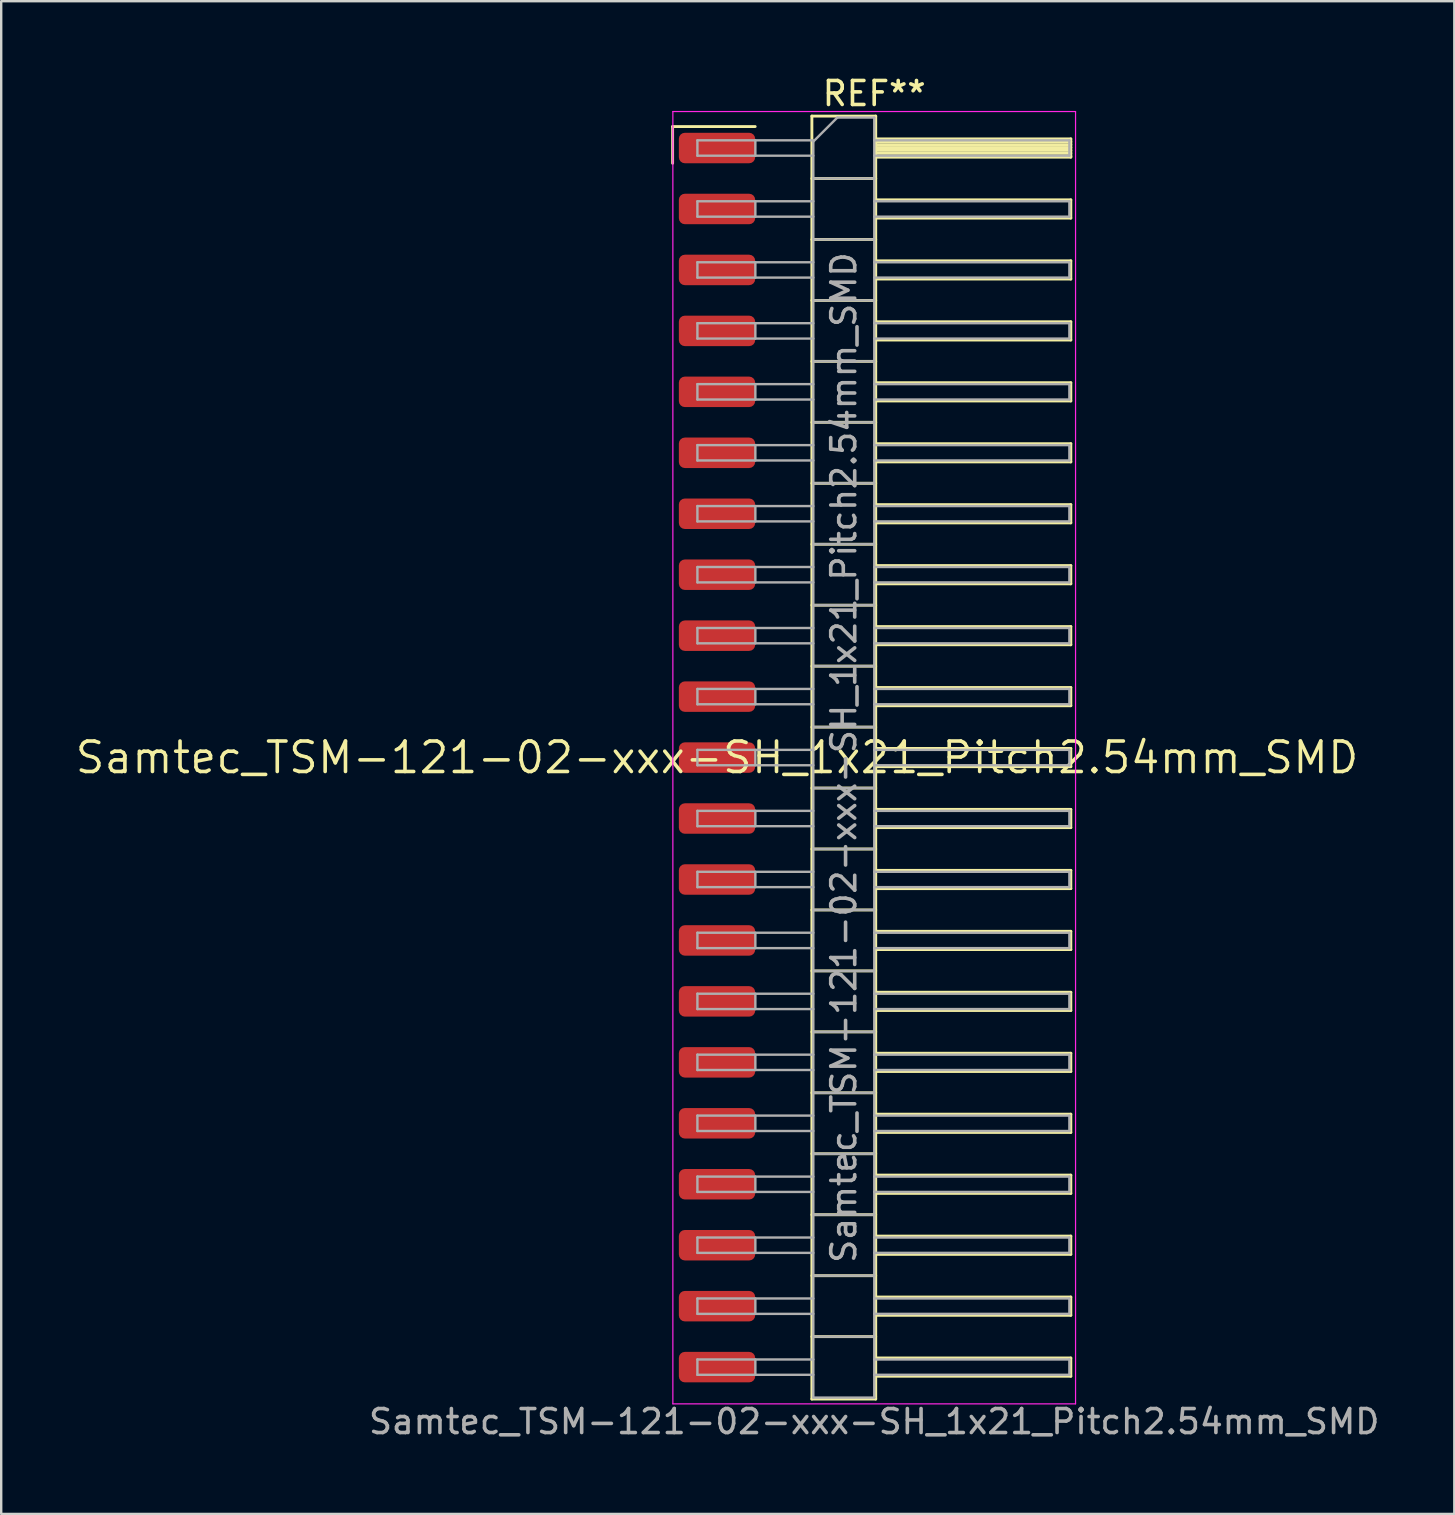
<source format=kicad_pcb>
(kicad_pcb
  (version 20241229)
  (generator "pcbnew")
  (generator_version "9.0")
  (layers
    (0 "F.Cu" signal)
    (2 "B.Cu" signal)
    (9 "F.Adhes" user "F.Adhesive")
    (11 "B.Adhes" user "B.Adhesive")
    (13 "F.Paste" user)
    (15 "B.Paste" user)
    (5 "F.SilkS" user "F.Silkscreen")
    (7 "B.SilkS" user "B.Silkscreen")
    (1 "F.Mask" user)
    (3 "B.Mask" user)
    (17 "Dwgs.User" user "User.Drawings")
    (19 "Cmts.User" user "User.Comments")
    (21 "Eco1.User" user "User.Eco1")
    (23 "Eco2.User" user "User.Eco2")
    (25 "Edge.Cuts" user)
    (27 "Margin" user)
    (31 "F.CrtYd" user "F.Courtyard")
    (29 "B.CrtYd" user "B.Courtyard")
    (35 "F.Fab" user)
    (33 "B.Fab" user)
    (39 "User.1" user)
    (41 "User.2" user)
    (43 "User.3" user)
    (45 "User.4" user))
  (footprint "Samtec_TSM-121-02-xxx-SH_1x21_Pitch2.54mm_SMD"
    (layer "F.Cu")
    (at 26.828 28.518)
    (property "Reference" "Samtec_TSM-121-02-xxx-SH_1x21_Pitch2.54mm_SMD" (at 0 0 0) (layer "F.SilkS") (effects (font (size 1.27 1.27) (thickness 0.15))))
    (attr smd)
    (fp_line (start -1.85 -26.295) (end 1.59 -26.295) (stroke (width 0.12) (type solid)) (layer "F.SilkS"))
    (fp_line (start -1.85 -24.765) (end -1.85 -26.295) (stroke (width 0.12) (type solid)) (layer "F.SilkS"))
    (fp_line (start 3.953 -26.73) (end 6.613 -26.73) (stroke (width 0.12) (type solid)) (layer "F.SilkS"))
    (fp_line (start 3.953 -24.13) (end 6.613 -24.13) (stroke (width 0.12) (type solid)) (layer "F.SilkS"))
    (fp_line (start 3.953 -21.59) (end 6.613 -21.59) (stroke (width 0.12) (type solid)) (layer "F.SilkS"))
    (fp_line (start 3.953 -19.05) (end 6.613 -19.05) (stroke (width 0.12) (type solid)) (layer "F.SilkS"))
    (fp_line (start 3.953 -16.51) (end 6.613 -16.51) (stroke (width 0.12) (type solid)) (layer "F.SilkS"))
    (fp_line (start 3.953 -13.97) (end 6.613 -13.97) (stroke (width 0.12) (type solid)) (layer "F.SilkS"))
    (fp_line (start 3.953 -11.43) (end 6.613 -11.43) (stroke (width 0.12) (type solid)) (layer "F.SilkS"))
    (fp_line (start 3.953 -8.89) (end 6.613 -8.89) (stroke (width 0.12) (type solid)) (layer "F.SilkS"))
    (fp_line (start 3.953 -6.35) (end 6.613 -6.35) (stroke (width 0.12) (type solid)) (layer "F.SilkS"))
    (fp_line (start 3.953 -3.81) (end 6.613 -3.81) (stroke (width 0.12) (type solid)) (layer "F.SilkS"))
    (fp_line (start 3.953 -1.27) (end 6.613 -1.27) (stroke (width 0.12) (type solid)) (layer "F.SilkS"))
    (fp_line (start 3.953 1.27) (end 6.613 1.27) (stroke (width 0.12) (type solid)) (layer "F.SilkS"))
    (fp_line (start 3.953 3.81) (end 6.613 3.81) (stroke (width 0.12) (type solid)) (layer "F.SilkS"))
    (fp_line (start 3.953 6.35) (end 6.613 6.35) (stroke (width 0.12) (type solid)) (layer "F.SilkS"))
    (fp_line (start 3.953 8.89) (end 6.613 8.89) (stroke (width 0.12) (type solid)) (layer "F.SilkS"))
    (fp_line (start 3.953 11.43) (end 6.613 11.43) (stroke (width 0.12) (type solid)) (layer "F.SilkS"))
    (fp_line (start 3.953 13.97) (end 6.613 13.97) (stroke (width 0.12) (type solid)) (layer "F.SilkS"))
    (fp_line (start 3.953 16.51) (end 6.613 16.51) (stroke (width 0.12) (type solid)) (layer "F.SilkS"))
    (fp_line (start 3.953 19.05) (end 6.613 19.05) (stroke (width 0.12) (type solid)) (layer "F.SilkS"))
    (fp_line (start 3.953 21.59) (end 6.613 21.59) (stroke (width 0.12) (type solid)) (layer "F.SilkS"))
    (fp_line (start 3.953 24.13) (end 6.613 24.13) (stroke (width 0.12) (type solid)) (layer "F.SilkS"))
    (fp_line (start 3.953 26.73) (end 3.953 -26.73) (stroke (width 0.12) (type solid)) (layer "F.SilkS"))
    (fp_line (start 6.613 -26.73) (end 6.613 26.73) (stroke (width 0.12) (type solid)) (layer "F.SilkS"))
    (fp_line (start 6.613 -25.78) (end 14.743 -25.78) (stroke (width 0.12) (type solid)) (layer "F.SilkS"))
    (fp_line (start 6.613 -25.66) (end 14.743 -25.66) (stroke (width 0.12) (type solid)) (layer "F.SilkS"))
    (fp_line (start 6.613 -25.54) (end 14.743 -25.54) (stroke (width 0.12) (type solid)) (layer "F.SilkS"))
    (fp_line (start 6.613 -25.42) (end 14.743 -25.42) (stroke (width 0.12) (type solid)) (layer "F.SilkS"))
    (fp_line (start 6.613 -25.3) (end 14.743 -25.3) (stroke (width 0.12) (type solid)) (layer "F.SilkS"))
    (fp_line (start 6.613 -25.18) (end 14.743 -25.18) (stroke (width 0.12) (type solid)) (layer "F.SilkS"))
    (fp_line (start 6.613 -25.06) (end 14.743 -25.06) (stroke (width 0.12) (type solid)) (layer "F.SilkS"))
    (fp_line (start 6.613 -25.02) (end 14.743 -25.02) (stroke (width 0.12) (type solid)) (layer "F.SilkS"))
    (fp_line (start 6.613 -23.24) (end 14.743 -23.24) (stroke (width 0.12) (type solid)) (layer "F.SilkS"))
    (fp_line (start 6.613 -22.48) (end 14.743 -22.48) (stroke (width 0.12) (type solid)) (layer "F.SilkS"))
    (fp_line (start 6.613 -20.7) (end 14.743 -20.7) (stroke (width 0.12) (type solid)) (layer "F.SilkS"))
    (fp_line (start 6.613 -19.94) (end 14.743 -19.94) (stroke (width 0.12) (type solid)) (layer "F.SilkS"))
    (fp_line (start 6.613 -18.16) (end 14.743 -18.16) (stroke (width 0.12) (type solid)) (layer "F.SilkS"))
    (fp_line (start 6.613 -17.4) (end 14.743 -17.4) (stroke (width 0.12) (type solid)) (layer "F.SilkS"))
    (fp_line (start 6.613 -15.62) (end 14.743 -15.62) (stroke (width 0.12) (type solid)) (layer "F.SilkS"))
    (fp_line (start 6.613 -14.86) (end 14.743 -14.86) (stroke (width 0.12) (type solid)) (layer "F.SilkS"))
    (fp_line (start 6.613 -13.08) (end 14.743 -13.08) (stroke (width 0.12) (type solid)) (layer "F.SilkS"))
    (fp_line (start 6.613 -12.32) (end 14.743 -12.32) (stroke (width 0.12) (type solid)) (layer "F.SilkS"))
    (fp_line (start 6.613 -10.54) (end 14.743 -10.54) (stroke (width 0.12) (type solid)) (layer "F.SilkS"))
    (fp_line (start 6.613 -9.78) (end 14.743 -9.78) (stroke (width 0.12) (type solid)) (layer "F.SilkS"))
    (fp_line (start 6.613 -8) (end 14.743 -8) (stroke (width 0.12) (type solid)) (layer "F.SilkS"))
    (fp_line (start 6.613 -7.24) (end 14.743 -7.24) (stroke (width 0.12) (type solid)) (layer "F.SilkS"))
    (fp_line (start 6.613 -5.46) (end 14.743 -5.46) (stroke (width 0.12) (type solid)) (layer "F.SilkS"))
    (fp_line (start 6.613 -4.7) (end 14.743 -4.7) (stroke (width 0.12) (type solid)) (layer "F.SilkS"))
    (fp_line (start 6.613 -2.92) (end 14.743 -2.92) (stroke (width 0.12) (type solid)) (layer "F.SilkS"))
    (fp_line (start 6.613 -2.16) (end 14.743 -2.16) (stroke (width 0.12) (type solid)) (layer "F.SilkS"))
    (fp_line (start 6.613 -0.38) (end 14.743 -0.38) (stroke (width 0.12) (type solid)) (layer "F.SilkS"))
    (fp_line (start 6.613 0.38) (end 14.743 0.38) (stroke (width 0.12) (type solid)) (layer "F.SilkS"))
    (fp_line (start 6.613 2.16) (end 14.743 2.16) (stroke (width 0.12) (type solid)) (layer "F.SilkS"))
    (fp_line (start 6.613 2.92) (end 14.743 2.92) (stroke (width 0.12) (type solid)) (layer "F.SilkS"))
    (fp_line (start 6.613 4.7) (end 14.743 4.7) (stroke (width 0.12) (type solid)) (layer "F.SilkS"))
    (fp_line (start 6.613 5.46) (end 14.743 5.46) (stroke (width 0.12) (type solid)) (layer "F.SilkS"))
    (fp_line (start 6.613 7.24) (end 14.743 7.24) (stroke (width 0.12) (type solid)) (layer "F.SilkS"))
    (fp_line (start 6.613 8) (end 14.743 8) (stroke (width 0.12) (type solid)) (layer "F.SilkS"))
    (fp_line (start 6.613 9.78) (end 14.743 9.78) (stroke (width 0.12) (type solid)) (layer "F.SilkS"))
    (fp_line (start 6.613 10.54) (end 14.743 10.54) (stroke (width 0.12) (type solid)) (layer "F.SilkS"))
    (fp_line (start 6.613 12.32) (end 14.743 12.32) (stroke (width 0.12) (type solid)) (layer "F.SilkS"))
    (fp_line (start 6.613 13.08) (end 14.743 13.08) (stroke (width 0.12) (type solid)) (layer "F.SilkS"))
    (fp_line (start 6.613 14.86) (end 14.743 14.86) (stroke (width 0.12) (type solid)) (layer "F.SilkS"))
    (fp_line (start 6.613 15.62) (end 14.743 15.62) (stroke (width 0.12) (type solid)) (layer "F.SilkS"))
    (fp_line (start 6.613 17.4) (end 14.743 17.4) (stroke (width 0.12) (type solid)) (layer "F.SilkS"))
    (fp_line (start 6.613 18.16) (end 14.743 18.16) (stroke (width 0.12) (type solid)) (layer "F.SilkS"))
    (fp_line (start 6.613 19.94) (end 14.743 19.94) (stroke (width 0.12) (type solid)) (layer "F.SilkS"))
    (fp_line (start 6.613 20.7) (end 14.743 20.7) (stroke (width 0.12) (type solid)) (layer "F.SilkS"))
    (fp_line (start 6.613 22.48) (end 14.743 22.48) (stroke (width 0.12) (type solid)) (layer "F.SilkS"))
    (fp_line (start 6.613 23.24) (end 14.743 23.24) (stroke (width 0.12) (type solid)) (layer "F.SilkS"))
    (fp_line (start 6.613 25.02) (end 14.743 25.02) (stroke (width 0.12) (type solid)) (layer "F.SilkS"))
    (fp_line (start 6.613 25.78) (end 14.743 25.78) (stroke (width 0.12) (type solid)) (layer "F.SilkS"))
    (fp_line (start 6.613 26.73) (end 3.953 26.73) (stroke (width 0.12) (type solid)) (layer "F.SilkS"))
    (fp_line (start 14.743 -25.78) (end 14.743 -25.02) (stroke (width 0.12) (type solid)) (layer "F.SilkS"))
    (fp_line (start 14.743 -23.24) (end 14.743 -22.48) (stroke (width 0.12) (type solid)) (layer "F.SilkS"))
    (fp_line (start 14.743 -20.7) (end 14.743 -19.94) (stroke (width 0.12) (type solid)) (layer "F.SilkS"))
    (fp_line (start 14.743 -18.16) (end 14.743 -17.4) (stroke (width 0.12) (type solid)) (layer "F.SilkS"))
    (fp_line (start 14.743 -15.62) (end 14.743 -14.86) (stroke (width 0.12) (type solid)) (layer "F.SilkS"))
    (fp_line (start 14.743 -13.08) (end 14.743 -12.32) (stroke (width 0.12) (type solid)) (layer "F.SilkS"))
    (fp_line (start 14.743 -10.54) (end 14.743 -9.78) (stroke (width 0.12) (type solid)) (layer "F.SilkS"))
    (fp_line (start 14.743 -8) (end 14.743 -7.24) (stroke (width 0.12) (type solid)) (layer "F.SilkS"))
    (fp_line (start 14.743 -5.46) (end 14.743 -4.7) (stroke (width 0.12) (type solid)) (layer "F.SilkS"))
    (fp_line (start 14.743 -2.92) (end 14.743 -2.16) (stroke (width 0.12) (type solid)) (layer "F.SilkS"))
    (fp_line (start 14.743 -0.38) (end 14.743 0.38) (stroke (width 0.12) (type solid)) (layer "F.SilkS"))
    (fp_line (start 14.743 2.16) (end 14.743 2.92) (stroke (width 0.12) (type solid)) (layer "F.SilkS"))
    (fp_line (start 14.743 4.7) (end 14.743 5.46) (stroke (width 0.12) (type solid)) (layer "F.SilkS"))
    (fp_line (start 14.743 7.24) (end 14.743 8) (stroke (width 0.12) (type solid)) (layer "F.SilkS"))
    (fp_line (start 14.743 9.78) (end 14.743 10.54) (stroke (width 0.12) (type solid)) (layer "F.SilkS"))
    (fp_line (start 14.743 12.32) (end 14.743 13.08) (stroke (width 0.12) (type solid)) (layer "F.SilkS"))
    (fp_line (start 14.743 14.86) (end 14.743 15.62) (stroke (width 0.12) (type solid)) (layer "F.SilkS"))
    (fp_line (start 14.743 17.4) (end 14.743 18.16) (stroke (width 0.12) (type solid)) (layer "F.SilkS"))
    (fp_line (start 14.743 19.94) (end 14.743 20.7) (stroke (width 0.12) (type solid)) (layer "F.SilkS"))
    (fp_line (start 14.743 22.48) (end 14.743 23.24) (stroke (width 0.12) (type solid)) (layer "F.SilkS"))
    (fp_line (start 14.743 25.02) (end 14.743 25.78) (stroke (width 0.12) (type solid)) (layer "F.SilkS"))
    (fp_line (start -1.84 -26.92) (end 14.94 -26.92) (stroke (width 0.05) (type solid)) (layer "F.CrtYd"))
    (fp_line (start -1.84 26.93) (end -1.84 -26.92) (stroke (width 0.05) (type solid)) (layer "F.CrtYd"))
    (fp_line (start 14.94 -26.92) (end 14.94 26.93) (stroke (width 0.05) (type solid)) (layer "F.CrtYd"))
    (fp_line (start 14.94 26.93) (end -1.84 26.93) (stroke (width 0.05) (type solid)) (layer "F.CrtYd"))
    (fp_line (start -0.817 -25.72) (end -0.817 -25.08) (stroke (width 0.1) (type solid)) (layer "F.Fab"))
    (fp_line (start -0.817 -25.72) (end 4.013 -25.72) (stroke (width 0.1) (type solid)) (layer "F.Fab"))
    (fp_line (start -0.817 -25.08) (end 4.013 -25.08) (stroke (width 0.1) (type solid)) (layer "F.Fab"))
    (fp_line (start -0.817 -23.18) (end -0.817 -22.54) (stroke (width 0.1) (type solid)) (layer "F.Fab"))
    (fp_line (start -0.817 -23.18) (end 4.013 -23.18) (stroke (width 0.1) (type solid)) (layer "F.Fab"))
    (fp_line (start -0.817 -22.54) (end 4.013 -22.54) (stroke (width 0.1) (type solid)) (layer "F.Fab"))
    (fp_line (start -0.817 -20.64) (end -0.817 -20) (stroke (width 0.1) (type solid)) (layer "F.Fab"))
    (fp_line (start -0.817 -20.64) (end 4.013 -20.64) (stroke (width 0.1) (type solid)) (layer "F.Fab"))
    (fp_line (start -0.817 -20) (end 4.013 -20) (stroke (width 0.1) (type solid)) (layer "F.Fab"))
    (fp_line (start -0.817 -18.1) (end -0.817 -17.46) (stroke (width 0.1) (type solid)) (layer "F.Fab"))
    (fp_line (start -0.817 -18.1) (end 4.013 -18.1) (stroke (width 0.1) (type solid)) (layer "F.Fab"))
    (fp_line (start -0.817 -17.46) (end 4.013 -17.46) (stroke (width 0.1) (type solid)) (layer "F.Fab"))
    (fp_line (start -0.817 -15.56) (end -0.817 -14.92) (stroke (width 0.1) (type solid)) (layer "F.Fab"))
    (fp_line (start -0.817 -15.56) (end 4.013 -15.56) (stroke (width 0.1) (type solid)) (layer "F.Fab"))
    (fp_line (start -0.817 -14.92) (end 4.013 -14.92) (stroke (width 0.1) (type solid)) (layer "F.Fab"))
    (fp_line (start -0.817 -13.02) (end -0.817 -12.38) (stroke (width 0.1) (type solid)) (layer "F.Fab"))
    (fp_line (start -0.817 -13.02) (end 4.013 -13.02) (stroke (width 0.1) (type solid)) (layer "F.Fab"))
    (fp_line (start -0.817 -12.38) (end 4.013 -12.38) (stroke (width 0.1) (type solid)) (layer "F.Fab"))
    (fp_line (start -0.817 -10.48) (end -0.817 -9.84) (stroke (width 0.1) (type solid)) (layer "F.Fab"))
    (fp_line (start -0.817 -10.48) (end 4.013 -10.48) (stroke (width 0.1) (type solid)) (layer "F.Fab"))
    (fp_line (start -0.817 -9.84) (end 4.013 -9.84) (stroke (width 0.1) (type solid)) (layer "F.Fab"))
    (fp_line (start -0.817 -7.94) (end -0.817 -7.3) (stroke (width 0.1) (type solid)) (layer "F.Fab"))
    (fp_line (start -0.817 -7.94) (end 4.013 -7.94) (stroke (width 0.1) (type solid)) (layer "F.Fab"))
    (fp_line (start -0.817 -7.3) (end 4.013 -7.3) (stroke (width 0.1) (type solid)) (layer "F.Fab"))
    (fp_line (start -0.817 -5.4) (end -0.817 -4.76) (stroke (width 0.1) (type solid)) (layer "F.Fab"))
    (fp_line (start -0.817 -5.4) (end 4.013 -5.4) (stroke (width 0.1) (type solid)) (layer "F.Fab"))
    (fp_line (start -0.817 -4.76) (end 4.013 -4.76) (stroke (width 0.1) (type solid)) (layer "F.Fab"))
    (fp_line (start -0.817 -2.86) (end -0.817 -2.22) (stroke (width 0.1) (type solid)) (layer "F.Fab"))
    (fp_line (start -0.817 -2.86) (end 4.013 -2.86) (stroke (width 0.1) (type solid)) (layer "F.Fab"))
    (fp_line (start -0.817 -2.22) (end 4.013 -2.22) (stroke (width 0.1) (type solid)) (layer "F.Fab"))
    (fp_line (start -0.817 -0.32) (end -0.817 0.32) (stroke (width 0.1) (type solid)) (layer "F.Fab"))
    (fp_line (start -0.817 -0.32) (end 4.013 -0.32) (stroke (width 0.1) (type solid)) (layer "F.Fab"))
    (fp_line (start -0.817 0.32) (end 4.013 0.32) (stroke (width 0.1) (type solid)) (layer "F.Fab"))
    (fp_line (start -0.817 2.22) (end -0.817 2.86) (stroke (width 0.1) (type solid)) (layer "F.Fab"))
    (fp_line (start -0.817 2.22) (end 4.013 2.22) (stroke (width 0.1) (type solid)) (layer "F.Fab"))
    (fp_line (start -0.817 2.86) (end 4.013 2.86) (stroke (width 0.1) (type solid)) (layer "F.Fab"))
    (fp_line (start -0.817 4.76) (end -0.817 5.4) (stroke (width 0.1) (type solid)) (layer "F.Fab"))
    (fp_line (start -0.817 4.76) (end 4.013 4.76) (stroke (width 0.1) (type solid)) (layer "F.Fab"))
    (fp_line (start -0.817 5.4) (end 4.013 5.4) (stroke (width 0.1) (type solid)) (layer "F.Fab"))
    (fp_line (start -0.817 7.3) (end -0.817 7.94) (stroke (width 0.1) (type solid)) (layer "F.Fab"))
    (fp_line (start -0.817 7.3) (end 4.013 7.3) (stroke (width 0.1) (type solid)) (layer "F.Fab"))
    (fp_line (start -0.817 7.94) (end 4.013 7.94) (stroke (width 0.1) (type solid)) (layer "F.Fab"))
    (fp_line (start -0.817 9.84) (end -0.817 10.48) (stroke (width 0.1) (type solid)) (layer "F.Fab"))
    (fp_line (start -0.817 9.84) (end 4.013 9.84) (stroke (width 0.1) (type solid)) (layer "F.Fab"))
    (fp_line (start -0.817 10.48) (end 4.013 10.48) (stroke (width 0.1) (type solid)) (layer "F.Fab"))
    (fp_line (start -0.817 12.38) (end -0.817 13.02) (stroke (width 0.1) (type solid)) (layer "F.Fab"))
    (fp_line (start -0.817 12.38) (end 4.013 12.38) (stroke (width 0.1) (type solid)) (layer "F.Fab"))
    (fp_line (start -0.817 13.02) (end 4.013 13.02) (stroke (width 0.1) (type solid)) (layer "F.Fab"))
    (fp_line (start -0.817 14.92) (end -0.817 15.56) (stroke (width 0.1) (type solid)) (layer "F.Fab"))
    (fp_line (start -0.817 14.92) (end 4.013 14.92) (stroke (width 0.1) (type solid)) (layer "F.Fab"))
    (fp_line (start -0.817 15.56) (end 4.013 15.56) (stroke (width 0.1) (type solid)) (layer "F.Fab"))
    (fp_line (start -0.817 17.46) (end -0.817 18.1) (stroke (width 0.1) (type solid)) (layer "F.Fab"))
    (fp_line (start -0.817 17.46) (end 4.013 17.46) (stroke (width 0.1) (type solid)) (layer "F.Fab"))
    (fp_line (start -0.817 18.1) (end 4.013 18.1) (stroke (width 0.1) (type solid)) (layer "F.Fab"))
    (fp_line (start -0.817 20) (end -0.817 20.64) (stroke (width 0.1) (type solid)) (layer "F.Fab"))
    (fp_line (start -0.817 20) (end 4.013 20) (stroke (width 0.1) (type solid)) (layer "F.Fab"))
    (fp_line (start -0.817 20.64) (end 4.013 20.64) (stroke (width 0.1) (type solid)) (layer "F.Fab"))
    (fp_line (start -0.817 22.54) (end -0.817 23.18) (stroke (width 0.1) (type solid)) (layer "F.Fab"))
    (fp_line (start -0.817 22.54) (end 4.013 22.54) (stroke (width 0.1) (type solid)) (layer "F.Fab"))
    (fp_line (start -0.817 23.18) (end 4.013 23.18) (stroke (width 0.1) (type solid)) (layer "F.Fab"))
    (fp_line (start -0.817 25.08) (end -0.817 25.72) (stroke (width 0.1) (type solid)) (layer "F.Fab"))
    (fp_line (start -0.817 25.08) (end 4.013 25.08) (stroke (width 0.1) (type solid)) (layer "F.Fab"))
    (fp_line (start -0.817 25.72) (end 4.013 25.72) (stroke (width 0.1) (type solid)) (layer "F.Fab"))
    (fp_line (start 1.598 -25.72) (end 1.598 -25.08) (stroke (width 0.1) (type solid)) (layer "F.Fab"))
    (fp_line (start 1.598 -23.18) (end 1.598 -22.54) (stroke (width 0.1) (type solid)) (layer "F.Fab"))
    (fp_line (start 1.598 -20.64) (end 1.598 -20) (stroke (width 0.1) (type solid)) (layer "F.Fab"))
    (fp_line (start 1.598 -18.1) (end 1.598 -17.46) (stroke (width 0.1) (type solid)) (layer "F.Fab"))
    (fp_line (start 1.598 -15.56) (end 1.598 -14.92) (stroke (width 0.1) (type solid)) (layer "F.Fab"))
    (fp_line (start 1.598 -13.02) (end 1.598 -12.38) (stroke (width 0.1) (type solid)) (layer "F.Fab"))
    (fp_line (start 1.598 -10.48) (end 1.598 -9.84) (stroke (width 0.1) (type solid)) (layer "F.Fab"))
    (fp_line (start 1.598 -7.94) (end 1.598 -7.3) (stroke (width 0.1) (type solid)) (layer "F.Fab"))
    (fp_line (start 1.598 -5.4) (end 1.598 -4.76) (stroke (width 0.1) (type solid)) (layer "F.Fab"))
    (fp_line (start 1.598 -2.86) (end 1.598 -2.22) (stroke (width 0.1) (type solid)) (layer "F.Fab"))
    (fp_line (start 1.598 -0.32) (end 1.598 0.32) (stroke (width 0.1) (type solid)) (layer "F.Fab"))
    (fp_line (start 1.598 2.22) (end 1.598 2.86) (stroke (width 0.1) (type solid)) (layer "F.Fab"))
    (fp_line (start 1.598 4.76) (end 1.598 5.4) (stroke (width 0.1) (type solid)) (layer "F.Fab"))
    (fp_line (start 1.598 7.3) (end 1.598 7.94) (stroke (width 0.1) (type solid)) (layer "F.Fab"))
    (fp_line (start 1.598 9.84) (end 1.598 10.48) (stroke (width 0.1) (type solid)) (layer "F.Fab"))
    (fp_line (start 1.598 12.38) (end 1.598 13.02) (stroke (width 0.1) (type solid)) (layer "F.Fab"))
    (fp_line (start 1.598 14.92) (end 1.598 15.56) (stroke (width 0.1) (type solid)) (layer "F.Fab"))
    (fp_line (start 1.598 17.46) (end 1.598 18.1) (stroke (width 0.1) (type solid)) (layer "F.Fab"))
    (fp_line (start 1.598 20) (end 1.598 20.64) (stroke (width 0.1) (type solid)) (layer "F.Fab"))
    (fp_line (start 1.598 22.54) (end 1.598 23.18) (stroke (width 0.1) (type solid)) (layer "F.Fab"))
    (fp_line (start 1.598 25.08) (end 1.598 25.72) (stroke (width 0.1) (type solid)) (layer "F.Fab"))
    (fp_line (start 4.013 -25.67) (end 5.013 -26.67) (stroke (width 0.1) (type solid)) (layer "F.Fab"))
    (fp_line (start 4.013 -24.13) (end 6.553 -24.13) (stroke (width 0.1) (type solid)) (layer "F.Fab"))
    (fp_line (start 4.013 -21.59) (end 6.553 -21.59) (stroke (width 0.1) (type solid)) (layer "F.Fab"))
    (fp_line (start 4.013 -19.05) (end 6.553 -19.05) (stroke (width 0.1) (type solid)) (layer "F.Fab"))
    (fp_line (start 4.013 -16.51) (end 6.553 -16.51) (stroke (width 0.1) (type solid)) (layer "F.Fab"))
    (fp_line (start 4.013 -13.97) (end 6.553 -13.97) (stroke (width 0.1) (type solid)) (layer "F.Fab"))
    (fp_line (start 4.013 -11.43) (end 6.553 -11.43) (stroke (width 0.1) (type solid)) (layer "F.Fab"))
    (fp_line (start 4.013 -8.89) (end 6.553 -8.89) (stroke (width 0.1) (type solid)) (layer "F.Fab"))
    (fp_line (start 4.013 -6.35) (end 6.553 -6.35) (stroke (width 0.1) (type solid)) (layer "F.Fab"))
    (fp_line (start 4.013 -3.81) (end 6.553 -3.81) (stroke (width 0.1) (type solid)) (layer "F.Fab"))
    (fp_line (start 4.013 -1.27) (end 6.553 -1.27) (stroke (width 0.1) (type solid)) (layer "F.Fab"))
    (fp_line (start 4.013 1.27) (end 6.553 1.27) (stroke (width 0.1) (type solid)) (layer "F.Fab"))
    (fp_line (start 4.013 3.81) (end 6.553 3.81) (stroke (width 0.1) (type solid)) (layer "F.Fab"))
    (fp_line (start 4.013 6.35) (end 6.553 6.35) (stroke (width 0.1) (type solid)) (layer "F.Fab"))
    (fp_line (start 4.013 8.89) (end 6.553 8.89) (stroke (width 0.1) (type solid)) (layer "F.Fab"))
    (fp_line (start 4.013 11.43) (end 6.553 11.43) (stroke (width 0.1) (type solid)) (layer "F.Fab"))
    (fp_line (start 4.013 13.97) (end 6.553 13.97) (stroke (width 0.1) (type solid)) (layer "F.Fab"))
    (fp_line (start 4.013 16.51) (end 6.553 16.51) (stroke (width 0.1) (type solid)) (layer "F.Fab"))
    (fp_line (start 4.013 19.05) (end 6.553 19.05) (stroke (width 0.1) (type solid)) (layer "F.Fab"))
    (fp_line (start 4.013 21.59) (end 6.553 21.59) (stroke (width 0.1) (type solid)) (layer "F.Fab"))
    (fp_line (start 4.013 24.13) (end 6.553 24.13) (stroke (width 0.1) (type solid)) (layer "F.Fab"))
    (fp_line (start 4.013 26.67) (end 4.013 -25.67) (stroke (width 0.1) (type solid)) (layer "F.Fab"))
    (fp_line (start 5.013 -26.67) (end 6.553 -26.67) (stroke (width 0.1) (type solid)) (layer "F.Fab"))
    (fp_line (start 6.553 -26.67) (end 6.553 26.67) (stroke (width 0.1) (type solid)) (layer "F.Fab"))
    (fp_line (start 6.553 -25.72) (end 14.683 -25.72) (stroke (width 0.1) (type solid)) (layer "F.Fab"))
    (fp_line (start 6.553 -25.08) (end 14.683 -25.08) (stroke (width 0.1) (type solid)) (layer "F.Fab"))
    (fp_line (start 6.553 -23.18) (end 14.683 -23.18) (stroke (width 0.1) (type solid)) (layer "F.Fab"))
    (fp_line (start 6.553 -22.54) (end 14.683 -22.54) (stroke (width 0.1) (type solid)) (layer "F.Fab"))
    (fp_line (start 6.553 -20.64) (end 14.683 -20.64) (stroke (width 0.1) (type solid)) (layer "F.Fab"))
    (fp_line (start 6.553 -20) (end 14.683 -20) (stroke (width 0.1) (type solid)) (layer "F.Fab"))
    (fp_line (start 6.553 -18.1) (end 14.683 -18.1) (stroke (width 0.1) (type solid)) (layer "F.Fab"))
    (fp_line (start 6.553 -17.46) (end 14.683 -17.46) (stroke (width 0.1) (type solid)) (layer "F.Fab"))
    (fp_line (start 6.553 -15.56) (end 14.683 -15.56) (stroke (width 0.1) (type solid)) (layer "F.Fab"))
    (fp_line (start 6.553 -14.92) (end 14.683 -14.92) (stroke (width 0.1) (type solid)) (layer "F.Fab"))
    (fp_line (start 6.553 -13.02) (end 14.683 -13.02) (stroke (width 0.1) (type solid)) (layer "F.Fab"))
    (fp_line (start 6.553 -12.38) (end 14.683 -12.38) (stroke (width 0.1) (type solid)) (layer "F.Fab"))
    (fp_line (start 6.553 -10.48) (end 14.683 -10.48) (stroke (width 0.1) (type solid)) (layer "F.Fab"))
    (fp_line (start 6.553 -9.84) (end 14.683 -9.84) (stroke (width 0.1) (type solid)) (layer "F.Fab"))
    (fp_line (start 6.553 -7.94) (end 14.683 -7.94) (stroke (width 0.1) (type solid)) (layer "F.Fab"))
    (fp_line (start 6.553 -7.3) (end 14.683 -7.3) (stroke (width 0.1) (type solid)) (layer "F.Fab"))
    (fp_line (start 6.553 -5.4) (end 14.683 -5.4) (stroke (width 0.1) (type solid)) (layer "F.Fab"))
    (fp_line (start 6.553 -4.76) (end 14.683 -4.76) (stroke (width 0.1) (type solid)) (layer "F.Fab"))
    (fp_line (start 6.553 -2.86) (end 14.683 -2.86) (stroke (width 0.1) (type solid)) (layer "F.Fab"))
    (fp_line (start 6.553 -2.22) (end 14.683 -2.22) (stroke (width 0.1) (type solid)) (layer "F.Fab"))
    (fp_line (start 6.553 -0.32) (end 14.683 -0.32) (stroke (width 0.1) (type solid)) (layer "F.Fab"))
    (fp_line (start 6.553 0.32) (end 14.683 0.32) (stroke (width 0.1) (type solid)) (layer "F.Fab"))
    (fp_line (start 6.553 2.22) (end 14.683 2.22) (stroke (width 0.1) (type solid)) (layer "F.Fab"))
    (fp_line (start 6.553 2.86) (end 14.683 2.86) (stroke (width 0.1) (type solid)) (layer "F.Fab"))
    (fp_line (start 6.553 4.76) (end 14.683 4.76) (stroke (width 0.1) (type solid)) (layer "F.Fab"))
    (fp_line (start 6.553 5.4) (end 14.683 5.4) (stroke (width 0.1) (type solid)) (layer "F.Fab"))
    (fp_line (start 6.553 7.3) (end 14.683 7.3) (stroke (width 0.1) (type solid)) (layer "F.Fab"))
    (fp_line (start 6.553 7.94) (end 14.683 7.94) (stroke (width 0.1) (type solid)) (layer "F.Fab"))
    (fp_line (start 6.553 9.84) (end 14.683 9.84) (stroke (width 0.1) (type solid)) (layer "F.Fab"))
    (fp_line (start 6.553 10.48) (end 14.683 10.48) (stroke (width 0.1) (type solid)) (layer "F.Fab"))
    (fp_line (start 6.553 12.38) (end 14.683 12.38) (stroke (width 0.1) (type solid)) (layer "F.Fab"))
    (fp_line (start 6.553 13.02) (end 14.683 13.02) (stroke (width 0.1) (type solid)) (layer "F.Fab"))
    (fp_line (start 6.553 14.92) (end 14.683 14.92) (stroke (width 0.1) (type solid)) (layer "F.Fab"))
    (fp_line (start 6.553 15.56) (end 14.683 15.56) (stroke (width 0.1) (type solid)) (layer "F.Fab"))
    (fp_line (start 6.553 17.46) (end 14.683 17.46) (stroke (width 0.1) (type solid)) (layer "F.Fab"))
    (fp_line (start 6.553 18.1) (end 14.683 18.1) (stroke (width 0.1) (type solid)) (layer "F.Fab"))
    (fp_line (start 6.553 20) (end 14.683 20) (stroke (width 0.1) (type solid)) (layer "F.Fab"))
    (fp_line (start 6.553 20.64) (end 14.683 20.64) (stroke (width 0.1) (type solid)) (layer "F.Fab"))
    (fp_line (start 6.553 22.54) (end 14.683 22.54) (stroke (width 0.1) (type solid)) (layer "F.Fab"))
    (fp_line (start 6.553 23.18) (end 14.683 23.18) (stroke (width 0.1) (type solid)) (layer "F.Fab"))
    (fp_line (start 6.553 25.08) (end 14.683 25.08) (stroke (width 0.1) (type solid)) (layer "F.Fab"))
    (fp_line (start 6.553 25.72) (end 14.683 25.72) (stroke (width 0.1) (type solid)) (layer "F.Fab"))
    (fp_line (start 6.553 26.67) (end 4.013 26.67) (stroke (width 0.1) (type solid)) (layer "F.Fab"))
    (fp_line (start 14.683 -25.72) (end 14.683 -25.08) (stroke (width 0.1) (type solid)) (layer "F.Fab"))
    (fp_line (start 14.683 -23.18) (end 14.683 -22.54) (stroke (width 0.1) (type solid)) (layer "F.Fab"))
    (fp_line (start 14.683 -20.64) (end 14.683 -20) (stroke (width 0.1) (type solid)) (layer "F.Fab"))
    (fp_line (start 14.683 -18.1) (end 14.683 -17.46) (stroke (width 0.1) (type solid)) (layer "F.Fab"))
    (fp_line (start 14.683 -15.56) (end 14.683 -14.92) (stroke (width 0.1) (type solid)) (layer "F.Fab"))
    (fp_line (start 14.683 -13.02) (end 14.683 -12.38) (stroke (width 0.1) (type solid)) (layer "F.Fab"))
    (fp_line (start 14.683 -10.48) (end 14.683 -9.84) (stroke (width 0.1) (type solid)) (layer "F.Fab"))
    (fp_line (start 14.683 -7.94) (end 14.683 -7.3) (stroke (width 0.1) (type solid)) (layer "F.Fab"))
    (fp_line (start 14.683 -5.4) (end 14.683 -4.76) (stroke (width 0.1) (type solid)) (layer "F.Fab"))
    (fp_line (start 14.683 -2.86) (end 14.683 -2.22) (stroke (width 0.1) (type solid)) (layer "F.Fab"))
    (fp_line (start 14.683 -0.32) (end 14.683 0.32) (stroke (width 0.1) (type solid)) (layer "F.Fab"))
    (fp_line (start 14.683 2.22) (end 14.683 2.86) (stroke (width 0.1) (type solid)) (layer "F.Fab"))
    (fp_line (start 14.683 4.76) (end 14.683 5.4) (stroke (width 0.1) (type solid)) (layer "F.Fab"))
    (fp_line (start 14.683 7.3) (end 14.683 7.94) (stroke (width 0.1) (type solid)) (layer "F.Fab"))
    (fp_line (start 14.683 9.84) (end 14.683 10.48) (stroke (width 0.1) (type solid)) (layer "F.Fab"))
    (fp_line (start 14.683 12.38) (end 14.683 13.02) (stroke (width 0.1) (type solid)) (layer "F.Fab"))
    (fp_line (start 14.683 14.92) (end 14.683 15.56) (stroke (width 0.1) (type solid)) (layer "F.Fab"))
    (fp_line (start 14.683 17.46) (end 14.683 18.1) (stroke (width 0.1) (type solid)) (layer "F.Fab"))
    (fp_line (start 14.683 20) (end 14.683 20.64) (stroke (width 0.1) (type solid)) (layer "F.Fab"))
    (fp_line (start 14.683 22.54) (end 14.683 23.18) (stroke (width 0.1) (type solid)) (layer "F.Fab"))
    (fp_line (start 14.683 25.08) (end 14.683 25.72) (stroke (width 0.1) (type solid)) (layer "F.Fab"))
    (fp_text user "REF**" (at 6.55 -27.67 0) (layer "F.SilkS") (effects (font (size 1 1) (thickness 0.15))))
    (fp_text user "Samtec_TSM-121-02-xxx-SH_1x21_Pitch2.54mm_SMD" (at 6.55 27.67 0) (layer "F.Fab") (effects (font (size 1 1) (thickness 0.15))))
    (fp_text user "${REFERENCE}" (at 5.283 0 90) (layer "F.Fab") (effects (font (size 1 1) (thickness 0.15))))
    (pad "1" smd roundrect (at 0 -25.4) (size 3.18 1.27) (layers "F.Cu" "F.Mask" "F.Paste") (roundrect_rratio 0.197))
    (pad "2" smd roundrect (at 0 -22.86) (size 3.18 1.27) (layers "F.Cu" "F.Mask" "F.Paste") (roundrect_rratio 0.197))
    (pad "3" smd roundrect (at 0 -20.32) (size 3.18 1.27) (layers "F.Cu" "F.Mask" "F.Paste") (roundrect_rratio 0.197))
    (pad "4" smd roundrect (at 0 -17.78) (size 3.18 1.27) (layers "F.Cu" "F.Mask" "F.Paste") (roundrect_rratio 0.197))
    (pad "5" smd roundrect (at 0 -15.24) (size 3.18 1.27) (layers "F.Cu" "F.Mask" "F.Paste") (roundrect_rratio 0.197))
    (pad "6" smd roundrect (at 0 -12.7) (size 3.18 1.27) (layers "F.Cu" "F.Mask" "F.Paste") (roundrect_rratio 0.197))
    (pad "7" smd roundrect (at 0 -10.16) (size 3.18 1.27) (layers "F.Cu" "F.Mask" "F.Paste") (roundrect_rratio 0.197))
    (pad "8" smd roundrect (at 0 -7.62) (size 3.18 1.27) (layers "F.Cu" "F.Mask" "F.Paste") (roundrect_rratio 0.197))
    (pad "9" smd roundrect (at 0 -5.08) (size 3.18 1.27) (layers "F.Cu" "F.Mask" "F.Paste") (roundrect_rratio 0.197))
    (pad "10" smd roundrect (at 0 -2.54) (size 3.18 1.27) (layers "F.Cu" "F.Mask" "F.Paste") (roundrect_rratio 0.197))
    (pad "11" smd roundrect (at 0 0) (size 3.18 1.27) (layers "F.Cu" "F.Mask" "F.Paste") (roundrect_rratio 0.197))
    (pad "12" smd roundrect (at 0 2.54) (size 3.18 1.27) (layers "F.Cu" "F.Mask" "F.Paste") (roundrect_rratio 0.197))
    (pad "13" smd roundrect (at 0 5.08) (size 3.18 1.27) (layers "F.Cu" "F.Mask" "F.Paste") (roundrect_rratio 0.197))
    (pad "14" smd roundrect (at 0 7.62) (size 3.18 1.27) (layers "F.Cu" "F.Mask" "F.Paste") (roundrect_rratio 0.197))
    (pad "15" smd roundrect (at 0 10.16) (size 3.18 1.27) (layers "F.Cu" "F.Mask" "F.Paste") (roundrect_rratio 0.197))
    (pad "16" smd roundrect (at 0 12.7) (size 3.18 1.27) (layers "F.Cu" "F.Mask" "F.Paste") (roundrect_rratio 0.197))
    (pad "17" smd roundrect (at 0 15.24) (size 3.18 1.27) (layers "F.Cu" "F.Mask" "F.Paste") (roundrect_rratio 0.197))
    (pad "18" smd roundrect (at 0 17.78) (size 3.18 1.27) (layers "F.Cu" "F.Mask" "F.Paste") (roundrect_rratio 0.197))
    (pad "19" smd roundrect (at 0 20.32) (size 3.18 1.27) (layers "F.Cu" "F.Mask" "F.Paste") (roundrect_rratio 0.197))
    (pad "20" smd roundrect (at 0 22.86) (size 3.18 1.27) (layers "F.Cu" "F.Mask" "F.Paste") (roundrect_rratio 0.197))
    (pad "21" smd roundrect (at 0 25.4) (size 3.18 1.27) (layers "F.Cu" "F.Mask" "F.Paste") (roundrect_rratio 0.197)))
  (gr_rect
    (start -3 -3)
    (end 57.551 60.036)
    (stroke (width 0.1) (type default))
    (fill no)
    (layer "Edge.Cuts")))
</source>
